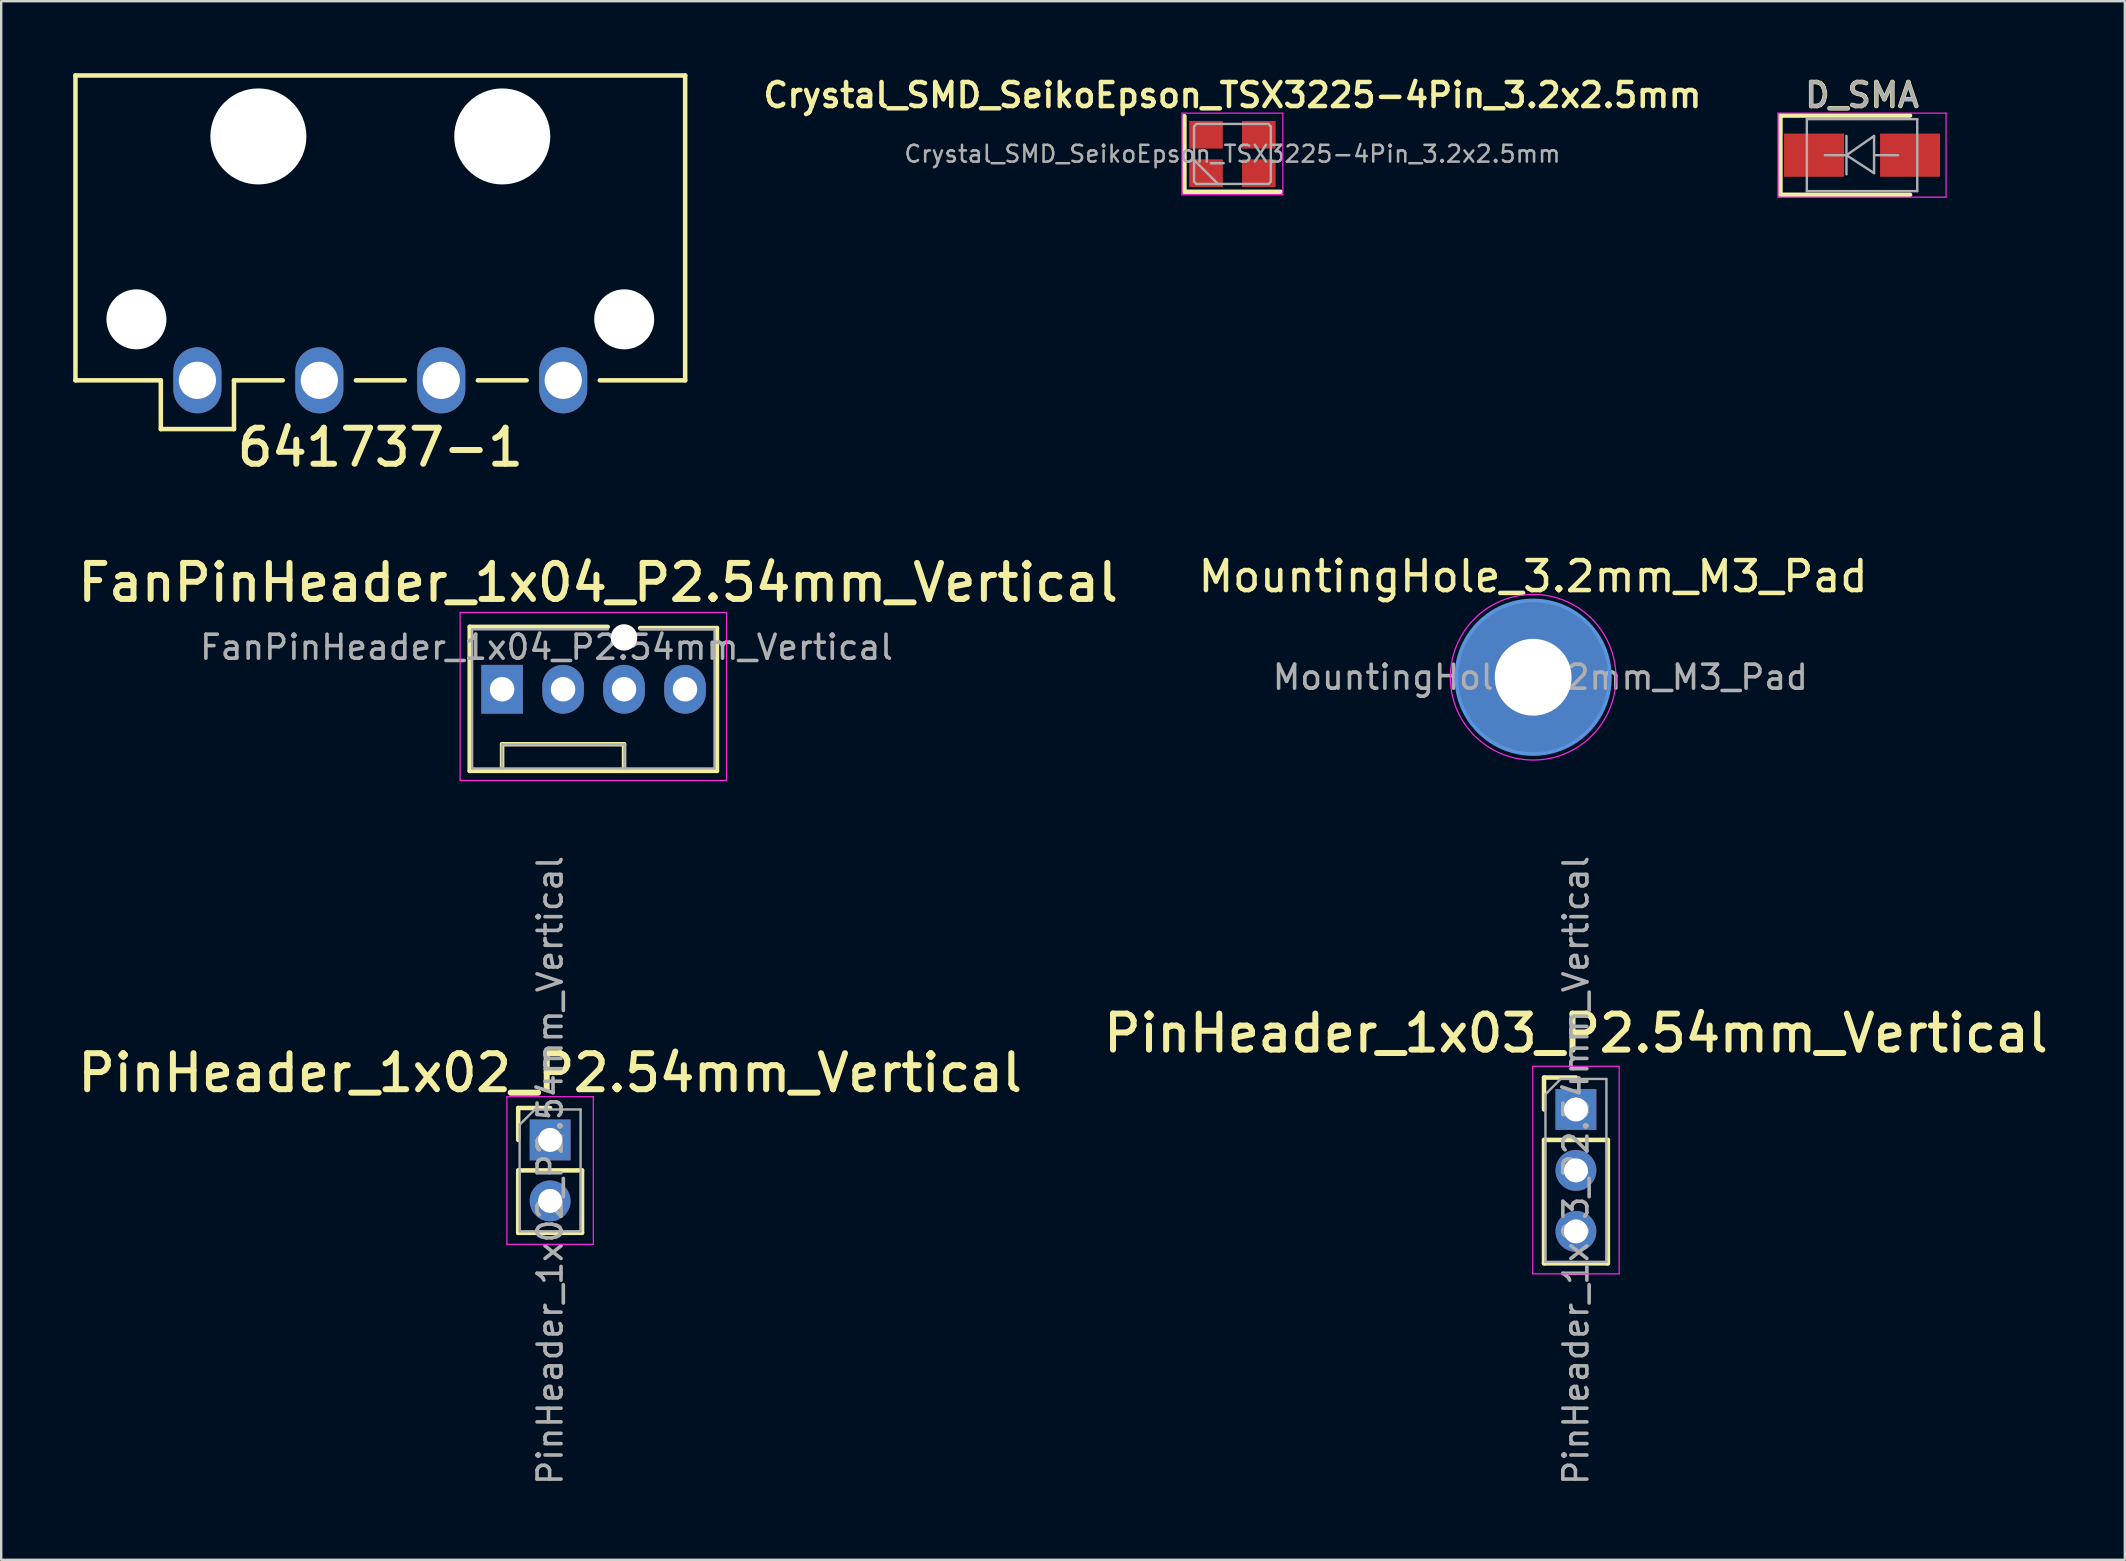
<source format=kicad_pcb>
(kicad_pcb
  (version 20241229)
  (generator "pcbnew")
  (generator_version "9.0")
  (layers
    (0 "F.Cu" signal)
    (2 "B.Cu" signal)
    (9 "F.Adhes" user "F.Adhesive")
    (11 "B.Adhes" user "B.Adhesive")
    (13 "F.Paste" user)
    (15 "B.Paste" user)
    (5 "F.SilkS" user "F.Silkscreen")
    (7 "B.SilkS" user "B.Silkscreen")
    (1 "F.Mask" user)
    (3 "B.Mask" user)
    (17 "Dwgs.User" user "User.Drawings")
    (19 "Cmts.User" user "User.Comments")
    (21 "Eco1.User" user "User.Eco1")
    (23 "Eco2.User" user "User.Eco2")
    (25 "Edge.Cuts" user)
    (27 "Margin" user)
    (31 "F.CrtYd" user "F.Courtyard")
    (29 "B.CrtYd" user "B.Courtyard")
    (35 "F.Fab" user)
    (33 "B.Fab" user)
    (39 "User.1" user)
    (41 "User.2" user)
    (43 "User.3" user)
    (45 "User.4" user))
  (footprint "PinHeader_1x03_P2.54mm_Vertical"
    (layer "F.Cu")
    (at 62.604 43.17)
    (property "Reference" "PinHeader_1x03_P2.54mm_Vertical" (at 0 -3.175 0) (layer "F.SilkS") (effects (font (size 1.5 1.5) (thickness 0.25))))
    (attr through_hole)
    (fp_line (start -1.33 -1.33) (end 0 -1.33) (stroke (width 0.188) (type solid)) (layer "F.SilkS"))
    (fp_line (start -1.33 0) (end -1.33 -1.33) (stroke (width 0.188) (type solid)) (layer "F.SilkS"))
    (fp_line (start -1.33 1.27) (end -1.33 6.41) (stroke (width 0.188) (type solid)) (layer "F.SilkS"))
    (fp_line (start -1.33 1.27) (end 1.33 1.27) (stroke (width 0.188) (type solid)) (layer "F.SilkS"))
    (fp_line (start -1.33 6.41) (end 1.33 6.41) (stroke (width 0.188) (type solid)) (layer "F.SilkS"))
    (fp_line (start 1.33 1.27) (end 1.33 6.41) (stroke (width 0.188) (type solid)) (layer "F.SilkS"))
    (fp_line (start -1.8 -1.8) (end -1.8 6.85) (stroke (width 0.05) (type solid)) (layer "F.CrtYd"))
    (fp_line (start -1.8 6.85) (end 1.8 6.85) (stroke (width 0.05) (type solid)) (layer "F.CrtYd"))
    (fp_line (start 1.8 -1.8) (end -1.8 -1.8) (stroke (width 0.05) (type solid)) (layer "F.CrtYd"))
    (fp_line (start 1.8 6.85) (end 1.8 -1.8) (stroke (width 0.05) (type solid)) (layer "F.CrtYd"))
    (fp_line (start -1.27 -0.635) (end -0.635 -1.27) (stroke (width 0.1) (type solid)) (layer "F.Fab"))
    (fp_line (start -1.27 6.35) (end -1.27 -0.635) (stroke (width 0.1) (type solid)) (layer "F.Fab"))
    (fp_line (start -0.635 -1.27) (end 1.27 -1.27) (stroke (width 0.1) (type solid)) (layer "F.Fab"))
    (fp_line (start 1.27 -1.27) (end 1.27 6.35) (stroke (width 0.1) (type solid)) (layer "F.Fab"))
    (fp_line (start 1.27 6.35) (end -1.27 6.35) (stroke (width 0.1) (type solid)) (layer "F.Fab"))
    (fp_text user "${REFERENCE}" (at 0 2.54 90) (layer "F.Fab") (effects (font (size 1 1) (thickness 0.15))))
    (pad "1" thru_hole rect (at 0 0) (size 1.7 1.7) (drill 1) (layers "*.Cu" "*.Mask"))
    (pad "2" thru_hole oval (at 0 2.54) (size 1.7 1.7) (drill 1) (layers "*.Cu" "*.Mask"))
    (pad "3" thru_hole oval (at 0 5.08) (size 1.7 1.7) (drill 1) (layers "*.Cu" "*.Mask")))
  (footprint "PinHeader_1x02_P2.54mm_Vertical"
    (layer "F.Cu")
    (at 19.868 44.44)
    (property "Reference" "PinHeader_1x02_P2.54mm_Vertical" (at 0 -2.794 0) (layer "F.SilkS") (effects (font (size 1.5 1.5) (thickness 0.25))))
    (attr through_hole)
    (fp_line (start -1.33 -1.33) (end 0 -1.33) (stroke (width 0.188) (type solid)) (layer "F.SilkS"))
    (fp_line (start -1.33 0) (end -1.33 -1.33) (stroke (width 0.188) (type solid)) (layer "F.SilkS"))
    (fp_line (start -1.33 1.27) (end -1.33 3.87) (stroke (width 0.188) (type solid)) (layer "F.SilkS"))
    (fp_line (start -1.33 1.27) (end 1.33 1.27) (stroke (width 0.188) (type solid)) (layer "F.SilkS"))
    (fp_line (start -1.33 3.87) (end 1.33 3.87) (stroke (width 0.188) (type solid)) (layer "F.SilkS"))
    (fp_line (start 1.33 1.27) (end 1.33 3.87) (stroke (width 0.188) (type solid)) (layer "F.SilkS"))
    (fp_line (start -1.8 -1.8) (end -1.8 4.35) (stroke (width 0.05) (type solid)) (layer "F.CrtYd"))
    (fp_line (start -1.8 4.35) (end 1.8 4.35) (stroke (width 0.05) (type solid)) (layer "F.CrtYd"))
    (fp_line (start 1.8 -1.8) (end -1.8 -1.8) (stroke (width 0.05) (type solid)) (layer "F.CrtYd"))
    (fp_line (start 1.8 4.35) (end 1.8 -1.8) (stroke (width 0.05) (type solid)) (layer "F.CrtYd"))
    (fp_line (start -1.27 -0.635) (end -0.635 -1.27) (stroke (width 0.1) (type solid)) (layer "F.Fab"))
    (fp_line (start -1.27 3.81) (end -1.27 -0.635) (stroke (width 0.1) (type solid)) (layer "F.Fab"))
    (fp_line (start -0.635 -1.27) (end 1.27 -1.27) (stroke (width 0.1) (type solid)) (layer "F.Fab"))
    (fp_line (start 1.27 -1.27) (end 1.27 3.81) (stroke (width 0.1) (type solid)) (layer "F.Fab"))
    (fp_line (start 1.27 3.81) (end -1.27 3.81) (stroke (width 0.1) (type solid)) (layer "F.Fab"))
    (fp_text user "${REFERENCE}" (at 0 1.27 90) (layer "F.Fab") (effects (font (size 1 1) (thickness 0.15))))
    (pad "1" thru_hole rect (at 0 0) (size 1.7 1.7) (drill 1) (layers "*.Cu" "*.Mask"))
    (pad "2" thru_hole oval (at 0 2.54) (size 1.7 1.7) (drill 1) (layers "*.Cu" "*.Mask")))
  (footprint "641737-1"
    (layer "F.Cu")
    (at 12.794 12.794)
    (property "Reference" "641737-1" (at 0 2.794 0) (layer "F.SilkS") (effects (font (size 1.5 1.5) (thickness 0.25))))
    (attr through_hole)
    (fp_line (start -12.7 -12.7) (end 12.7 -12.7) (stroke (width 0.188) (type solid)) (layer "F.SilkS"))
    (fp_line (start -12.7 0) (end -12.7 -12.7) (stroke (width 0.188) (type solid)) (layer "F.SilkS"))
    (fp_line (start -9.144 0) (end -12.7 0) (stroke (width 0.188) (type solid)) (layer "F.SilkS"))
    (fp_line (start -9.144 2.032) (end -9.144 0) (stroke (width 0.188) (type solid)) (layer "F.SilkS"))
    (fp_line (start -6.096 0) (end -6.096 2.032) (stroke (width 0.188) (type solid)) (layer "F.SilkS"))
    (fp_line (start -6.096 2.032) (end -9.144 2.032) (stroke (width 0.188) (type solid)) (layer "F.SilkS"))
    (fp_line (start -4.064 0) (end -6.096 0) (stroke (width 0.188) (type solid)) (layer "F.SilkS"))
    (fp_line (start 1.016 0) (end -1.016 0) (stroke (width 0.188) (type solid)) (layer "F.SilkS"))
    (fp_line (start 6.096 0) (end 4.064 0) (stroke (width 0.188) (type solid)) (layer "F.SilkS"))
    (fp_line (start 12.7 -12.7) (end 12.7 0) (stroke (width 0.188) (type solid)) (layer "F.SilkS"))
    (fp_line (start 12.7 0) (end 9.144 0) (stroke (width 0.188) (type solid)) (layer "F.SilkS"))
    (pad "" np_thru_hole circle (at -10.16 -2.54) (size 2.5 2.5) (drill 2.5) (layers "*.Cu" "*.Mask"))
    (pad "" np_thru_hole circle (at -5.08 -10.16) (size 4 4) (drill 4) (layers "*.Cu" "*.Mask"))
    (pad "" np_thru_hole circle (at 5.08 -10.16) (size 4 4) (drill 4) (layers "*.Cu" "*.Mask"))
    (pad "" np_thru_hole circle (at 10.16 -2.54) (size 2.5 2.5) (drill 2.5) (layers "*.Cu" "*.Mask"))
    (pad "1" thru_hole oval (at -7.62 0) (size 2 2.75) (drill 1.55) (layers "*.Cu" "*.Mask"))
    (pad "2" thru_hole oval (at -2.54 0) (size 2 2.75) (drill 1.55) (layers "*.Cu" "*.Mask"))
    (pad "3" thru_hole oval (at 2.54 0) (size 2 2.75) (drill 1.55) (layers "*.Cu" "*.Mask"))
    (pad "4" thru_hole oval (at 7.62 0) (size 2 2.75) (drill 1.55) (layers "*.Cu" "*.Mask")))
  (footprint "D_SMA"
    (layer "F.Cu")
    (at 74.523 3.414)
    (property "Reference" "D_SMA" (at 0 -2.5 0) (layer "F.SilkS") (effects (font (size 1 1) (thickness 0.188))))
    (attr smd)
    (fp_line (start -3.4 -1.65) (end -3.4 1.65) (stroke (width 0.188) (type solid)) (layer "F.SilkS"))
    (fp_line (start -3.4 -1.65) (end 2 -1.65) (stroke (width 0.188) (type solid)) (layer "F.SilkS"))
    (fp_line (start -3.4 1.65) (end 2 1.65) (stroke (width 0.188) (type solid)) (layer "F.SilkS"))
    (fp_line (start -3.5 -1.75) (end 3.5 -1.75) (stroke (width 0.05) (type solid)) (layer "F.CrtYd"))
    (fp_line (start -3.5 1.75) (end -3.5 -1.75) (stroke (width 0.05) (type solid)) (layer "F.CrtYd"))
    (fp_line (start 3.5 -1.75) (end 3.5 1.75) (stroke (width 0.05) (type solid)) (layer "F.CrtYd"))
    (fp_line (start 3.5 1.75) (end -3.5 1.75) (stroke (width 0.05) (type solid)) (layer "F.CrtYd"))
    (fp_line (start -2.3 1.5) (end -2.3 -1.5) (stroke (width 0.1) (type solid)) (layer "F.Fab"))
    (fp_line (start -0.649 -0.799) (end -0.649 0.801) (stroke (width 0.1) (type solid)) (layer "F.Fab"))
    (fp_line (start -0.649 0.001) (end -1.551 0.001) (stroke (width 0.1) (type solid)) (layer "F.Fab"))
    (fp_line (start -0.649 0.001) (end 0.501 -0.799) (stroke (width 0.1) (type solid)) (layer "F.Fab"))
    (fp_line (start -0.649 0.001) (end 0.501 0.75) (stroke (width 0.1) (type solid)) (layer "F.Fab"))
    (fp_line (start 0.501 0.001) (end 1.499 0.001) (stroke (width 0.1) (type solid)) (layer "F.Fab"))
    (fp_line (start 0.501 0.75) (end 0.501 -0.799) (stroke (width 0.1) (type solid)) (layer "F.Fab"))
    (fp_line (start 2.3 -1.5) (end -2.3 -1.5) (stroke (width 0.1) (type solid)) (layer "F.Fab"))
    (fp_line (start 2.3 -1.5) (end 2.3 1.5) (stroke (width 0.1) (type solid)) (layer "F.Fab"))
    (fp_line (start 2.3 1.5) (end -2.3 1.5) (stroke (width 0.1) (type solid)) (layer "F.Fab"))
    (fp_text user "${REFERENCE}" (at 0 -2.5 0) (layer "F.Fab") (effects (font (size 1 1) (thickness 0.15))))
    (pad "1" smd rect (at -2 0) (size 2.5 1.8) (layers "F.Cu" "F.Mask" "F.Paste"))
    (pad "2" smd rect (at 2 0) (size 2.5 1.8) (layers "F.Cu" "F.Mask" "F.Paste")))
  (footprint "FanPinHeader_1x04_P2.54mm_Vertical"
    (layer "F.Cu")
    (at 17.868 25.665)
    (property "Reference" "FanPinHeader_1x04_P2.54mm_Vertical" (at 4 -4.445 0) (layer "F.SilkS") (effects (font (size 1.5 1.5) (thickness 0.25))))
    (attr through_hole)
    (fp_line (start -1.35 -2.6) (end 4.4 -2.6) (stroke (width 0.188) (type solid)) (layer "F.SilkS"))
    (fp_line (start -1.35 3.4) (end -1.35 -2.6) (stroke (width 0.188) (type solid)) (layer "F.SilkS"))
    (fp_line (start 0 2.29) (end 5.08 2.29) (stroke (width 0.188) (type solid)) (layer "F.SilkS"))
    (fp_line (start 0 3.3) (end 0 2.29) (stroke (width 0.188) (type solid)) (layer "F.SilkS"))
    (fp_line (start 5.08 2.29) (end 5.08 3.3) (stroke (width 0.188) (type solid)) (layer "F.SilkS"))
    (fp_line (start 5.75 -2.55) (end 8.95 -2.55) (stroke (width 0.188) (type solid)) (layer "F.SilkS"))
    (fp_line (start 8.95 -2.55) (end 8.95 3.4) (stroke (width 0.188) (type solid)) (layer "F.SilkS"))
    (fp_line (start 8.95 3.4) (end -1.35 3.4) (stroke (width 0.188) (type solid)) (layer "F.SilkS"))
    (fp_line (start -1.75 3.8) (end -1.75 -3.2) (stroke (width 0.05) (type solid)) (layer "F.CrtYd"))
    (fp_line (start -1.75 3.8) (end 9.35 3.8) (stroke (width 0.05) (type solid)) (layer "F.CrtYd"))
    (fp_line (start 9.35 -3.2) (end -1.75 -3.2) (stroke (width 0.05) (type solid)) (layer "F.CrtYd"))
    (fp_line (start 9.35 -3.2) (end 9.35 3.8) (stroke (width 0.05) (type solid)) (layer "F.CrtYd"))
    (fp_line (start -1.25 -2.5) (end 4.4 -2.5) (stroke (width 0.1) (type solid)) (layer "F.Fab"))
    (fp_line (start -1.25 3.3) (end -1.25 -2.5) (stroke (width 0.1) (type solid)) (layer "F.Fab"))
    (fp_line (start -1.2 3.3) (end -1.25 3.3) (stroke (width 0.1) (type solid)) (layer "F.Fab"))
    (fp_line (start 0 2.3) (end 0 3.3) (stroke (width 0.1) (type solid)) (layer "F.Fab"))
    (fp_line (start 5.1 2.3) (end 0 2.3) (stroke (width 0.1) (type solid)) (layer "F.Fab"))
    (fp_line (start 5.1 3.3) (end 5.1 2.3) (stroke (width 0.1) (type solid)) (layer "F.Fab"))
    (fp_line (start 5.75 -2.5) (end 8.85 -2.5) (stroke (width 0.1) (type solid)) (layer "F.Fab"))
    (fp_line (start 8.85 -2.5) (end 8.85 3.3) (stroke (width 0.1) (type solid)) (layer "F.Fab"))
    (fp_line (start 8.85 3.3) (end -1.2 3.3) (stroke (width 0.1) (type solid)) (layer "F.Fab"))
    (fp_text user "${REFERENCE}" (at 1.85 -1.75 0) (layer "F.Fab") (effects (font (size 1 1) (thickness 0.15))))
    (pad "" np_thru_hole circle (at 5.08 -2.16 90) (size 1.1 1.1) (drill 1.1) (layers "*.Cu" "*.Mask"))
    (pad "1" thru_hole rect (at 0 0 90) (size 2.03 1.73) (drill 1.02) (layers "*.Cu" "*.Mask"))
    (pad "2" thru_hole oval (at 2.54 0 90) (size 2.03 1.73) (drill 1.02) (layers "*.Cu" "*.Mask"))
    (pad "3" thru_hole oval (at 5.08 0 90) (size 2.03 1.73) (drill 1.02) (layers "*.Cu" "*.Mask"))
    (pad "4" thru_hole oval (at 7.62 0 90) (size 2.03 1.73) (drill 1.02) (layers "*.Cu" "*.Mask")))
  (footprint "Crystal_SMD_SeikoEpson_TSX3225-4Pin_3.2x2.5mm"
    (layer "F.Cu")
    (at 48.293 3.364)
    (property "Reference" "Crystal_SMD_SeikoEpson_TSX3225-4Pin_3.2x2.5mm" (at 0 -2.45 0) (layer "F.SilkS") (effects (font (size 1 1) (thickness 0.188))))
    (attr smd)
    (fp_line (start -2 -1.575) (end -2 1.575) (stroke (width 0.188) (type solid)) (layer "F.SilkS"))
    (fp_line (start -2 1.575) (end 2 1.575) (stroke (width 0.188) (type solid)) (layer "F.SilkS"))
    (fp_line (start -2.1 -1.7) (end -2.1 1.7) (stroke (width 0.05) (type solid)) (layer "F.CrtYd"))
    (fp_line (start -2.1 1.7) (end 2.1 1.7) (stroke (width 0.05) (type solid)) (layer "F.CrtYd"))
    (fp_line (start 2.1 -1.7) (end -2.1 -1.7) (stroke (width 0.05) (type solid)) (layer "F.CrtYd"))
    (fp_line (start 2.1 1.7) (end 2.1 -1.7) (stroke (width 0.05) (type solid)) (layer "F.CrtYd"))
    (fp_line (start -1.6 -1.15) (end -1.5 -1.25) (stroke (width 0.1) (type solid)) (layer "F.Fab"))
    (fp_line (start -1.6 0.25) (end -0.6 1.25) (stroke (width 0.1) (type solid)) (layer "F.Fab"))
    (fp_line (start -1.6 1.15) (end -1.6 -1.15) (stroke (width 0.1) (type solid)) (layer "F.Fab"))
    (fp_line (start -1.5 -1.25) (end 1.5 -1.25) (stroke (width 0.1) (type solid)) (layer "F.Fab"))
    (fp_line (start -1.5 1.25) (end -1.6 1.15) (stroke (width 0.1) (type solid)) (layer "F.Fab"))
    (fp_line (start 1.5 -1.25) (end 1.6 -1.15) (stroke (width 0.1) (type solid)) (layer "F.Fab"))
    (fp_line (start 1.5 1.25) (end -1.5 1.25) (stroke (width 0.1) (type solid)) (layer "F.Fab"))
    (fp_line (start 1.6 -1.15) (end 1.6 1.15) (stroke (width 0.1) (type solid)) (layer "F.Fab"))
    (fp_line (start 1.6 1.15) (end 1.5 1.25) (stroke (width 0.1) (type solid)) (layer "F.Fab"))
    (fp_text user "${REFERENCE}" (at 0 0 0) (layer "F.Fab") (effects (font (size 0.7 0.7) (thickness 0.105))))
    (pad "1" smd rect (at -1.1 0.8) (size 1.4 1.15) (layers "F.Cu" "F.Mask" "F.Paste"))
    (pad "2" smd rect (at 1.1 0.8) (size 1.4 1.15) (layers "F.Cu" "F.Mask" "F.Paste"))
    (pad "3" smd rect (at 1.1 -0.8) (size 1.4 1.15) (layers "F.Cu" "F.Mask" "F.Paste"))
    (pad "4" smd rect (at -1.1 -0.8) (size 1.4 1.15) (layers "F.Cu" "F.Mask" "F.Paste")))
  (footprint "MountingHole_3.2mm_M3_Pad"
    (layer "F.Cu")
    (at 60.821 25.164)
    (property "Reference" "MountingHole_3.2mm_M3_Pad" (at 0 -4.2 0) (layer "F.SilkS") (effects (font (size 1.25 1.25) (thickness 0.188))))
    (attr exclude_from_pos_files exclude_from_bom)
    (fp_circle (center 0 0) (end 3.2 0) (stroke (width 0.15) (type solid)) (fill no) (layer "Cmts.User"))
    (fp_circle (center 0 0) (end 3.45 0) (stroke (width 0.05) (type solid)) (fill no) (layer "F.CrtYd"))
    (fp_text user "${REFERENCE}" (at 0.3 0 0) (layer "F.Fab") (effects (font (size 1 1) (thickness 0.15))))
    (pad "1" thru_hole circle (at 0 0) (size 6.4 6.4) (drill 3.2) (layers "*.Cu" "*.Mask")))
  (gr_rect
    (start -3 -3)
    (end 85.471 61.931)
    (stroke (width 0.1) (type default))
    (fill no)
    (layer "Edge.Cuts")))
</source>
